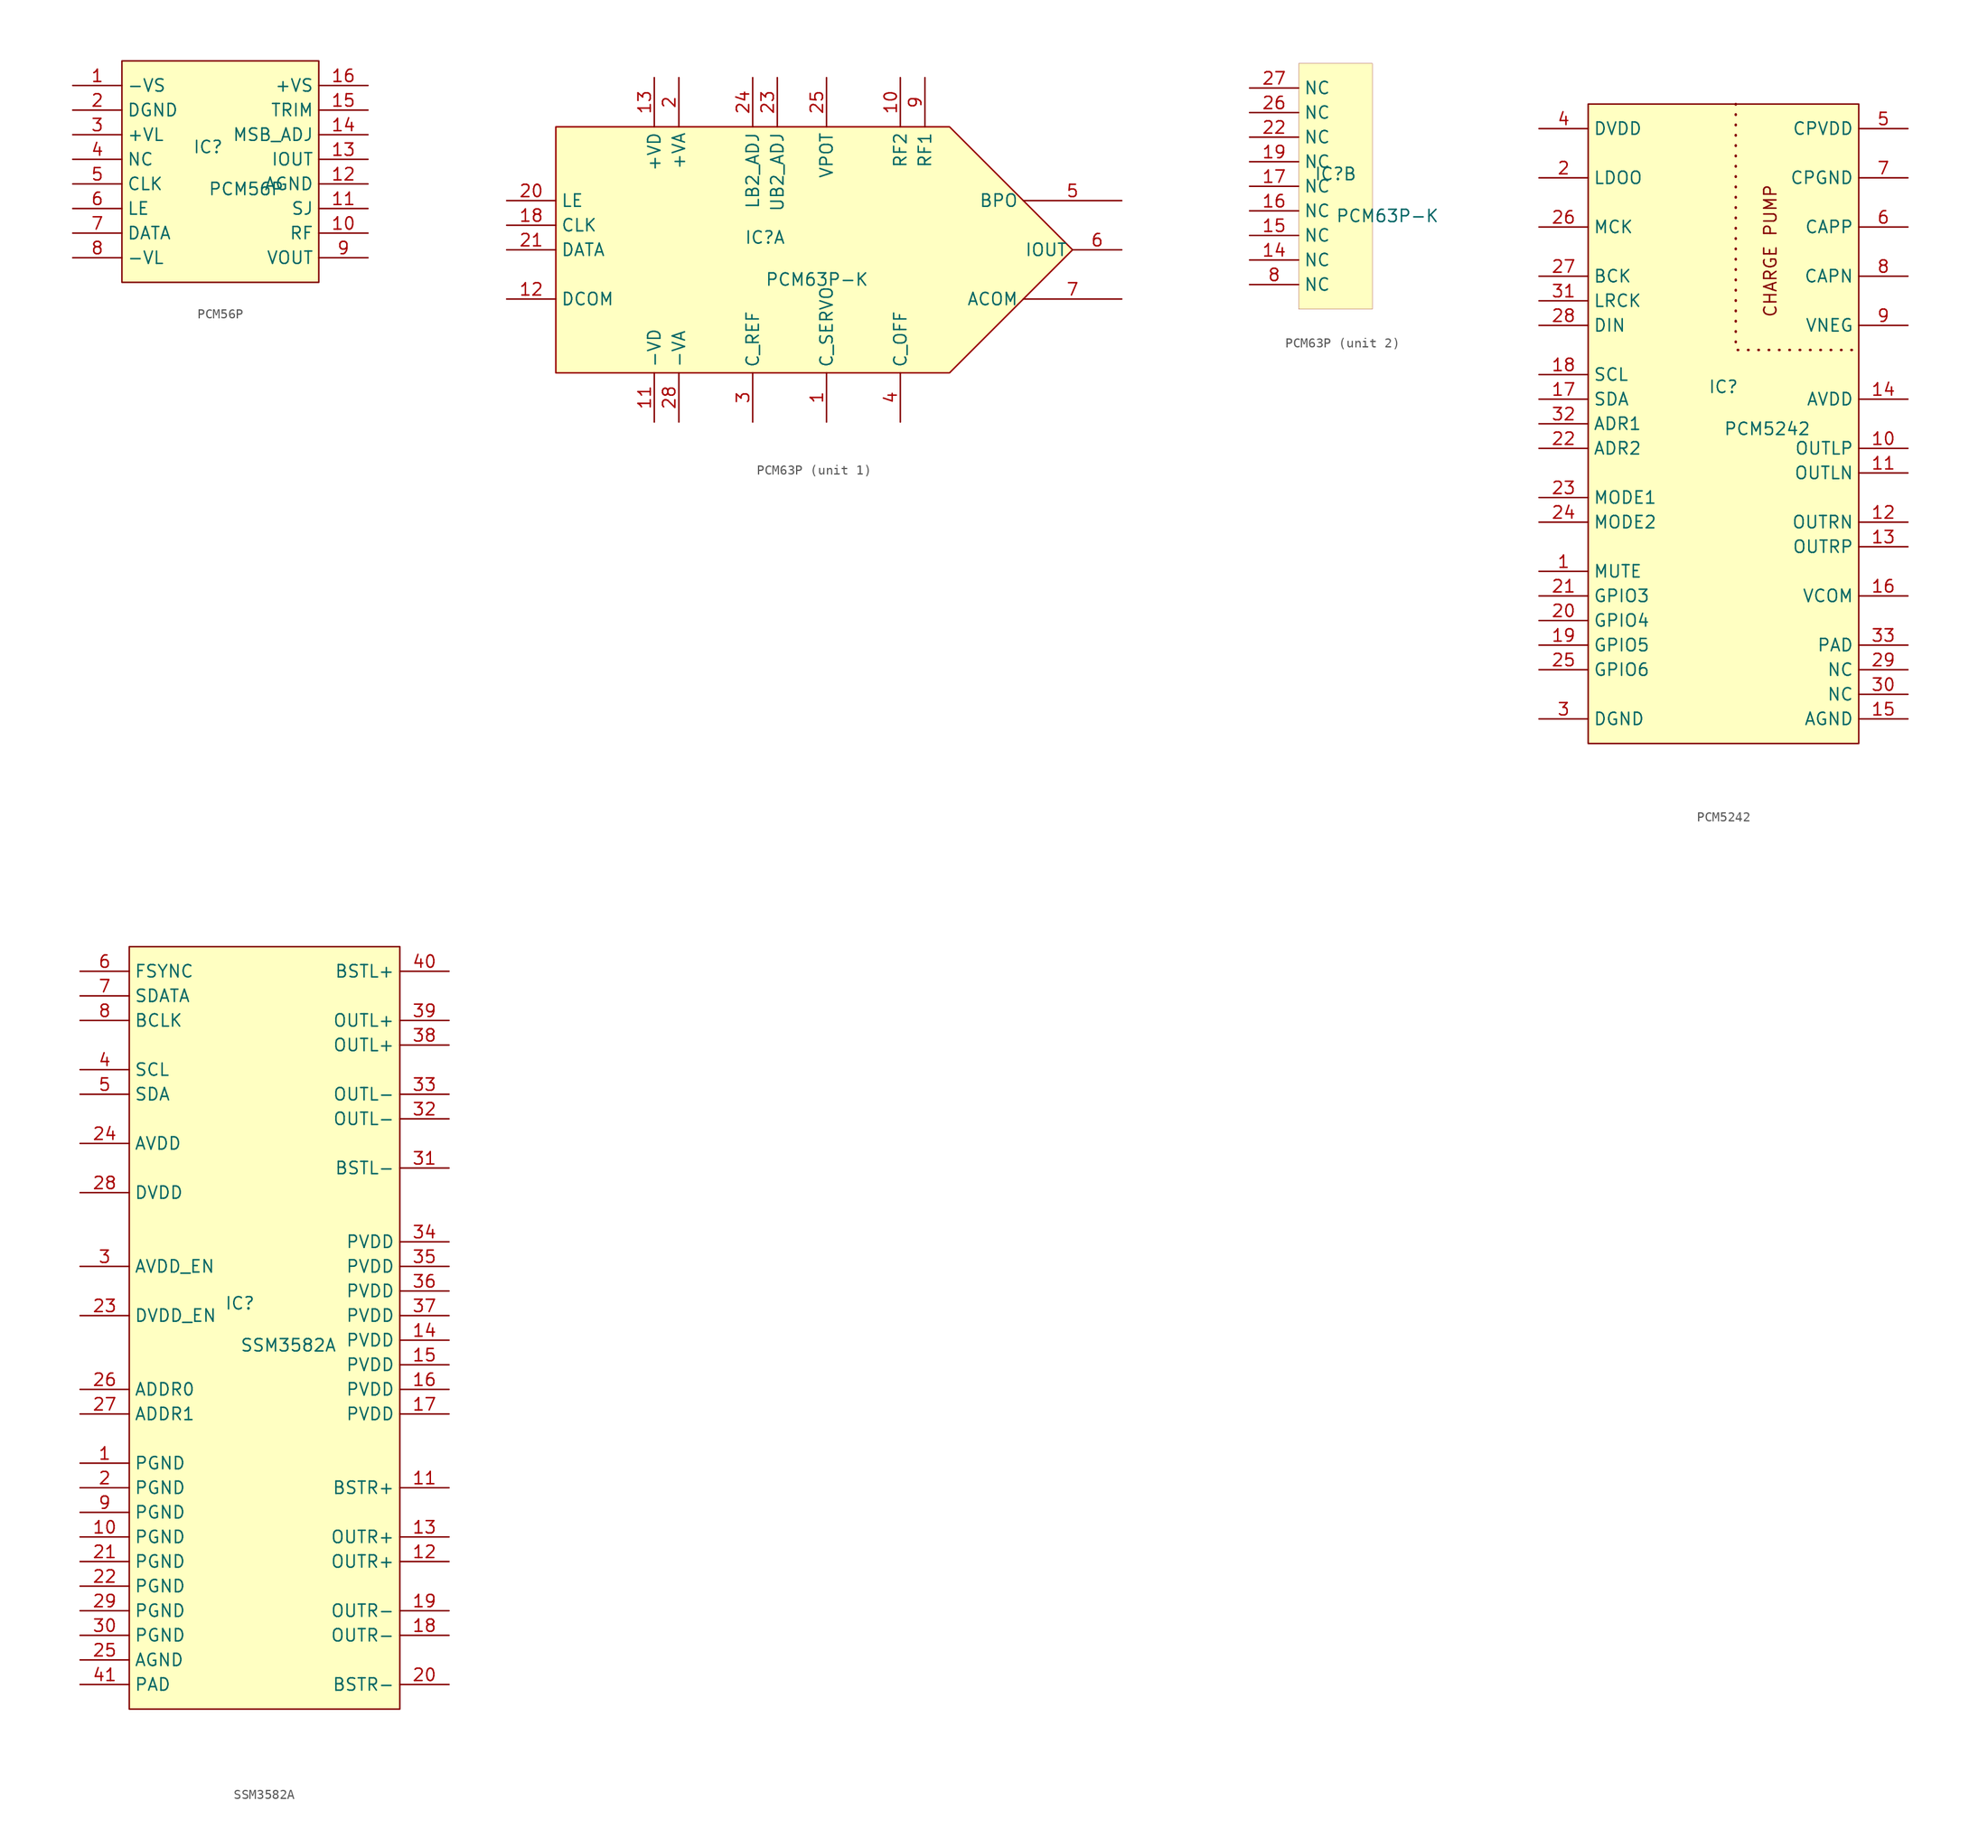
<source format=kicad_sym>
(kicad_symbol_lib
  (version 20231120)
  (generator "kicad_symbol_editor")
  (generator_version "8.0")
  (symbol "PCM56P"
    (property "Reference" "IC"
      (at -1.27 1.27 0)
      (effects (font (size 1.27 1.27))))
    (property "Value" "PCM56P"
      (at -1.27 -3.81 0)
      (effects (font (size 1.27 1.27)) (justify left bottom)))
    (symbol "PCM56P_1_0"
      (rectangle (start -10.16 10.16) (end 10.16 -12.7) (stroke (width 0) (type solid) (color 128 0 0 1)) (fill (type background)))
      (pin passive line (at -15.24 7.62 0) (length 5.08) (name "-VS" (effects (font (size 1.27 1.27)))) (number "1" (effects (font (size 1.27 1.27)))))
      (pin passive line (at 15.24 -7.62 180) (length 5.08) (name "RF" (effects (font (size 1.27 1.27)))) (number "10" (effects (font (size 1.27 1.27)))))
      (pin passive line (at 15.24 -5.08 180) (length 5.08) (name "SJ" (effects (font (size 1.27 1.27)))) (number "11" (effects (font (size 1.27 1.27)))))
      (pin passive line (at 15.24 -2.54 180) (length 5.08) (name "AGND" (effects (font (size 1.27 1.27)))) (number "12" (effects (font (size 1.27 1.27)))))
      (pin passive line (at 15.24 0 180) (length 5.08) (name "IOUT" (effects (font (size 1.27 1.27)))) (number "13" (effects (font (size 1.27 1.27)))))
      (pin passive line (at 15.24 2.54 180) (length 5.08) (name "MSB_ADJ" (effects (font (size 1.27 1.27)))) (number "14" (effects (font (size 1.27 1.27)))))
      (pin passive line (at 15.24 5.08 180) (length 5.08) (name "TRIM" (effects (font (size 1.27 1.27)))) (number "15" (effects (font (size 1.27 1.27)))))
      (pin passive line (at 15.24 7.62 180) (length 5.08) (name "+VS" (effects (font (size 1.27 1.27)))) (number "16" (effects (font (size 1.27 1.27)))))
      (pin passive line (at -15.24 5.08 0) (length 5.08) (name "DGND" (effects (font (size 1.27 1.27)))) (number "2" (effects (font (size 1.27 1.27)))))
      (pin passive line (at -15.24 2.54 0) (length 5.08) (name "+VL" (effects (font (size 1.27 1.27)))) (number "3" (effects (font (size 1.27 1.27)))))
      (pin passive line (at -15.24 0 0) (length 5.08) (name "NC" (effects (font (size 1.27 1.27)))) (number "4" (effects (font (size 1.27 1.27)))))
      (pin input line (at -15.24 -2.54 0) (length 5.08) (name "CLK" (effects (font (size 1.27 1.27)))) (number "5" (effects (font (size 1.27 1.27)))))
      (pin input line (at -15.24 -5.08 0) (length 5.08) (name "LE" (effects (font (size 1.27 1.27)))) (number "6" (effects (font (size 1.27 1.27)))))
      (pin input line (at -15.24 -7.62 0) (length 5.08) (name "DATA" (effects (font (size 1.27 1.27)))) (number "7" (effects (font (size 1.27 1.27)))))
      (pin passive line (at -15.24 -10.16 0) (length 5.08) (name "-VL" (effects (font (size 1.27 1.27)))) (number "8" (effects (font (size 1.27 1.27)))))
      (pin passive line (at 15.24 -10.16 180) (length 5.08) (name "VOUT" (effects (font (size 1.27 1.27)))) (number "9" (effects (font (size 1.27 1.27)))))))
  (symbol "PCM63P"
    (property "Reference" "IC"
      (at -1.27 1.27 0)
      (effects (font (size 1.27 1.27))))
    (property "Value" "PCM63P-K"
      (at -1.27 -3.81 0)
      (effects (font (size 1.27 1.27)) (justify left bottom)))
    (symbol "PCM63P_1_0"
      (polyline (pts (xy 30.48 0) (xy 17.78 12.7) (xy -22.86 12.7) (xy -22.86 -12.7) (xy 17.78 -12.7) (xy 30.48 0)) (stroke (width 0) (type solid) (color 152 0 0 1)) (fill (type background)))
      (pin passive line (at 5.08 -17.78 90) (length 5.08) (name "C_SERVO" (effects (font (size 1.27 1.27)))) (number "1" (effects (font (size 1.27 1.27)))))
      (pin passive line (at 12.7 17.78 270) (length 5.08) (name "RF2" (effects (font (size 1.27 1.27)))) (number "10" (effects (font (size 1.27 1.27)))))
      (pin passive line (at -12.7 -17.78 90) (length 5.08) (name "-VD" (effects (font (size 1.27 1.27)))) (number "11" (effects (font (size 1.27 1.27)))))
      (pin passive line (at -27.94 -5.08 0) (length 5.08) (name "DCOM" (effects (font (size 1.27 1.27)))) (number "12" (effects (font (size 1.27 1.27)))))
      (pin passive line (at -12.7 17.78 270) (length 5.08) (name "+VD" (effects (font (size 1.27 1.27)))) (number "13" (effects (font (size 1.27 1.27)))))
      (pin input line (at -27.94 2.54 0) (length 5.08) (name "CLK" (effects (font (size 1.27 1.27)))) (number "18" (effects (font (size 1.27 1.27)))))
      (pin passive line (at -10.16 17.78 270) (length 5.08) (name "+VA" (effects (font (size 1.27 1.27)))) (number "2" (effects (font (size 1.27 1.27)))))
      (pin input line (at -27.94 5.08 0) (length 5.08) (name "LE" (effects (font (size 1.27 1.27)))) (number "20" (effects (font (size 1.27 1.27)))))
      (pin input line (at -27.94 0 0) (length 5.08) (name "DATA" (effects (font (size 1.27 1.27)))) (number "21" (effects (font (size 1.27 1.27)))))
      (pin passive line (at 0 17.78 270) (length 5.08) (name "UB2_ADJ" (effects (font (size 1.27 1.27)))) (number "23" (effects (font (size 1.27 1.27)))))
      (pin passive line (at -2.54 17.78 270) (length 5.08) (name "LB2_ADJ" (effects (font (size 1.27 1.27)))) (number "24" (effects (font (size 1.27 1.27)))))
      (pin passive line (at 5.08 17.78 270) (length 5.08) (name "VPOT" (effects (font (size 1.27 1.27)))) (number "25" (effects (font (size 1.27 1.27)))))
      (pin passive line (at -10.16 -17.78 90) (length 5.08) (name "-VA" (effects (font (size 1.27 1.27)))) (number "28" (effects (font (size 1.27 1.27)))))
      (pin passive line (at -2.54 -17.78 90) (length 5.08) (name "C_REF" (effects (font (size 1.27 1.27)))) (number "3" (effects (font (size 1.27 1.27)))))
      (pin passive line (at 12.7 -17.78 90) (length 5.08) (name "C_OFF" (effects (font (size 1.27 1.27)))) (number "4" (effects (font (size 1.27 1.27)))))
      (pin passive line (at 35.56 5.08 180) (length 10.16) (name "BPO" (effects (font (size 1.27 1.27)))) (number "5" (effects (font (size 1.27 1.27)))))
      (pin passive line (at 35.56 0 180) (length 5.08) (name "IOUT" (effects (font (size 1.27 1.27)))) (number "6" (effects (font (size 1.27 1.27)))))
      (pin passive line (at 35.56 -5.08 180) (length 10.16) (name "ACOM" (effects (font (size 1.27 1.27)))) (number "7" (effects (font (size 1.27 1.27)))))
      (pin passive line (at 15.24 17.78 270) (length 5.08) (name "RF1" (effects (font (size 1.27 1.27)))) (number "9" (effects (font (size 1.27 1.27))))))
    (symbol "PCM63P_2_0"
      (rectangle (start 2.54 12.7) (end -5.08 -12.7) (stroke (width 0.025) (type solid) (color 128 0 0 1)) (fill (type background)))
      (pin passive line (at -10.16 -7.62 0) (length 5.08) (name "NC" (effects (font (size 1.27 1.27)))) (number "14" (effects (font (size 1.27 1.27)))))
      (pin passive line (at -10.16 -5.08 0) (length 5.08) (name "NC" (effects (font (size 1.27 1.27)))) (number "15" (effects (font (size 1.27 1.27)))))
      (pin passive line (at -10.16 -2.54 0) (length 5.08) (name "NC" (effects (font (size 1.27 1.27)))) (number "16" (effects (font (size 1.27 1.27)))))
      (pin passive line (at -10.16 0 0) (length 5.08) (name "NC" (effects (font (size 1.27 1.27)))) (number "17" (effects (font (size 1.27 1.27)))))
      (pin passive line (at -10.16 2.54 0) (length 5.08) (name "NC" (effects (font (size 1.27 1.27)))) (number "19" (effects (font (size 1.27 1.27)))))
      (pin passive line (at -10.16 5.08 0) (length 5.08) (name "NC" (effects (font (size 1.27 1.27)))) (number "22" (effects (font (size 1.27 1.27)))))
      (pin passive line (at -10.16 7.62 0) (length 5.08) (name "NC" (effects (font (size 1.27 1.27)))) (number "26" (effects (font (size 1.27 1.27)))))
      (pin passive line (at -10.16 10.16 0) (length 5.08) (name "NC" (effects (font (size 1.27 1.27)))) (number "27" (effects (font (size 1.27 1.27)))))
      (pin passive line (at -10.16 -10.16 0) (length 5.08) (name "NC" (effects (font (size 1.27 1.27)))) (number "8" (effects (font (size 1.27 1.27)))))))
  (symbol "PCM5242"
    (property "Reference" "IC"
      (at -1.27 1.27 0)
      (effects (font (size 1.27 1.27))))
    (property "Value" "PCM5242"
      (at -1.27 -3.81 0)
      (effects (font (size 1.27 1.27)) (justify left bottom)))
    (symbol "PCM5242_1_0"
      (rectangle (start -15.24 30.48) (end 12.7 -35.56) (stroke (width 0) (type solid) (color 128 0 0 1)) (fill (type background)))
      (polyline (pts (xy 0 30.48) (xy 0 5.08) (xy 12.7 5.08)) (stroke (width 0.254) (type dot)) (fill (type none)))
      (text "CHARGE PUMP" (at 4.318 8.382 900) (effects (font (size 1.27 1.27)) (justify left bottom)))
      (pin input line (at -20.32 -17.78 0) (length 5.08) (name "MUTE" (effects (font (size 1.27 1.27)))) (number "1" (effects (font (size 1.27 1.27)))))
      (pin passive line (at 17.78 -5.08 180) (length 5.08) (name "OUTLP" (effects (font (size 1.27 1.27)))) (number "10" (effects (font (size 1.27 1.27)))))
      (pin passive line (at 17.78 -7.62 180) (length 5.08) (name "OUTLN" (effects (font (size 1.27 1.27)))) (number "11" (effects (font (size 1.27 1.27)))))
      (pin passive line (at 17.78 -12.7 180) (length 5.08) (name "OUTRN" (effects (font (size 1.27 1.27)))) (number "12" (effects (font (size 1.27 1.27)))))
      (pin passive line (at 17.78 -15.24 180) (length 5.08) (name "OUTRP" (effects (font (size 1.27 1.27)))) (number "13" (effects (font (size 1.27 1.27)))))
      (pin passive line (at 17.78 0 180) (length 5.08) (name "AVDD" (effects (font (size 1.27 1.27)))) (number "14" (effects (font (size 1.27 1.27)))))
      (pin passive line (at 17.78 -33.02 180) (length 5.08) (name "AGND" (effects (font (size 1.27 1.27)))) (number "15" (effects (font (size 1.27 1.27)))))
      (pin output line (at 17.78 -20.32 180) (length 5.08) (name "VCOM" (effects (font (size 1.27 1.27)))) (number "16" (effects (font (size 1.27 1.27)))))
      (pin bidirectional line (at -20.32 0 0) (length 5.08) (name "SDA" (effects (font (size 1.27 1.27)))) (number "17" (effects (font (size 1.27 1.27)))))
      (pin input line (at -20.32 2.54 0) (length 5.08) (name "SCL" (effects (font (size 1.27 1.27)))) (number "18" (effects (font (size 1.27 1.27)))))
      (pin bidirectional line (at -20.32 -25.4 0) (length 5.08) (name "GPIO5" (effects (font (size 1.27 1.27)))) (number "19" (effects (font (size 1.27 1.27)))))
      (pin passive line (at -20.32 22.86 0) (length 5.08) (name "LDOO" (effects (font (size 1.27 1.27)))) (number "2" (effects (font (size 1.27 1.27)))))
      (pin bidirectional line (at -20.32 -22.86 0) (length 5.08) (name "GPIO4" (effects (font (size 1.27 1.27)))) (number "20" (effects (font (size 1.27 1.27)))))
      (pin bidirectional line (at -20.32 -20.32 0) (length 5.08) (name "GPIO3" (effects (font (size 1.27 1.27)))) (number "21" (effects (font (size 1.27 1.27)))))
      (pin input line (at -20.32 -5.08 0) (length 5.08) (name "ADR2" (effects (font (size 1.27 1.27)))) (number "22" (effects (font (size 1.27 1.27)))))
      (pin input line (at -20.32 -10.16 0) (length 5.08) (name "MODE1" (effects (font (size 1.27 1.27)))) (number "23" (effects (font (size 1.27 1.27)))))
      (pin input line (at -20.32 -12.7 0) (length 5.08) (name "MODE2" (effects (font (size 1.27 1.27)))) (number "24" (effects (font (size 1.27 1.27)))))
      (pin bidirectional line (at -20.32 -27.94 0) (length 5.08) (name "GPIO6" (effects (font (size 1.27 1.27)))) (number "25" (effects (font (size 1.27 1.27)))))
      (pin input line (at -20.32 17.78 0) (length 5.08) (name "MCK" (effects (font (size 1.27 1.27)))) (number "26" (effects (font (size 1.27 1.27)))))
      (pin bidirectional line (at -20.32 12.7 0) (length 5.08) (name "BCK" (effects (font (size 1.27 1.27)))) (number "27" (effects (font (size 1.27 1.27)))))
      (pin input line (at -20.32 7.62 0) (length 5.08) (name "DIN" (effects (font (size 1.27 1.27)))) (number "28" (effects (font (size 1.27 1.27)))))
      (pin passive line (at 17.78 -27.94 180) (length 5.08) (name "NC" (effects (font (size 1.27 1.27)))) (number "29" (effects (font (size 1.27 1.27)))))
      (pin passive line (at -20.32 -33.02 0) (length 5.08) (name "DGND" (effects (font (size 1.27 1.27)))) (number "3" (effects (font (size 1.27 1.27)))))
      (pin passive line (at 17.78 -30.48 180) (length 5.08) (name "NC" (effects (font (size 1.27 1.27)))) (number "30" (effects (font (size 1.27 1.27)))))
      (pin bidirectional line (at -20.32 10.16 0) (length 5.08) (name "LRCK" (effects (font (size 1.27 1.27)))) (number "31" (effects (font (size 1.27 1.27)))))
      (pin input line (at -20.32 -2.54 0) (length 5.08) (name "ADR1" (effects (font (size 1.27 1.27)))) (number "32" (effects (font (size 1.27 1.27)))))
      (pin passive line (at 17.78 -25.4 180) (length 5.08) (name "PAD" (effects (font (size 1.27 1.27)))) (number "33" (effects (font (size 1.27 1.27)))))
      (pin passive line (at -20.32 27.94 0) (length 5.08) (name "DVDD" (effects (font (size 1.27 1.27)))) (number "4" (effects (font (size 1.27 1.27)))))
      (pin passive line (at 17.78 27.94 180) (length 5.08) (name "CPVDD" (effects (font (size 1.27 1.27)))) (number "5" (effects (font (size 1.27 1.27)))))
      (pin passive line (at 17.78 17.78 180) (length 5.08) (name "CAPP" (effects (font (size 1.27 1.27)))) (number "6" (effects (font (size 1.27 1.27)))))
      (pin passive line (at 17.78 22.86 180) (length 5.08) (name "CPGND" (effects (font (size 1.27 1.27)))) (number "7" (effects (font (size 1.27 1.27)))))
      (pin passive line (at 17.78 12.7 180) (length 5.08) (name "CAPN" (effects (font (size 1.27 1.27)))) (number "8" (effects (font (size 1.27 1.27)))))
      (pin passive line (at 17.78 7.62 180) (length 5.08) (name "VNEG" (effects (font (size 1.27 1.27)))) (number "9" (effects (font (size 1.27 1.27)))))))
  (symbol "SSM3582A"
    (property "Reference" "IC"
      (at -1.27 1.27 0)
      (effects (font (size 1.27 1.27))))
    (property "Value" "SSM3582A"
      (at -1.27 -3.81 0)
      (effects (font (size 1.27 1.27)) (justify left bottom)))
    (symbol "SSM3582A_1_0"
      (rectangle (start -12.7 38.1) (end 15.24 -40.64) (stroke (width 0) (type solid) (color 128 0 0 1)) (fill (type background)))
      (pin passive line (at -17.78 -15.24 0) (length 5.08) (name "PGND" (effects (font (size 1.27 1.27)))) (number "1" (effects (font (size 1.27 1.27)))))
      (pin passive line (at -17.78 -22.86 0) (length 5.08) (name "PGND" (effects (font (size 1.27 1.27)))) (number "10" (effects (font (size 1.27 1.27)))))
      (pin passive line (at 20.32 -17.78 180) (length 5.08) (name "BSTR+" (effects (font (size 1.27 1.27)))) (number "11" (effects (font (size 1.27 1.27)))))
      (pin passive line (at 20.32 -25.4 180) (length 5.08) (name "OUTR+" (effects (font (size 1.27 1.27)))) (number "12" (effects (font (size 1.27 1.27)))))
      (pin passive line (at 20.32 -22.86 180) (length 5.08) (name "OUTR+" (effects (font (size 1.27 1.27)))) (number "13" (effects (font (size 1.27 1.27)))))
      (pin passive line (at 20.32 -2.54 180) (length 5.08) (name "PVDD" (effects (font (size 1.27 1.27)))) (number "14" (effects (font (size 1.27 1.27)))))
      (pin passive line (at 20.32 -5.08 180) (length 5.08) (name "PVDD" (effects (font (size 1.27 1.27)))) (number "15" (effects (font (size 1.27 1.27)))))
      (pin passive line (at 20.32 -7.62 180) (length 5.08) (name "PVDD" (effects (font (size 1.27 1.27)))) (number "16" (effects (font (size 1.27 1.27)))))
      (pin passive line (at 20.32 -10.16 180) (length 5.08) (name "PVDD" (effects (font (size 1.27 1.27)))) (number "17" (effects (font (size 1.27 1.27)))))
      (pin passive line (at 20.32 -33.02 180) (length 5.08) (name "OUTR-" (effects (font (size 1.27 1.27)))) (number "18" (effects (font (size 1.27 1.27)))))
      (pin passive line (at 20.32 -30.48 180) (length 5.08) (name "OUTR-" (effects (font (size 1.27 1.27)))) (number "19" (effects (font (size 1.27 1.27)))))
      (pin passive line (at -17.78 -17.78 0) (length 5.08) (name "PGND" (effects (font (size 1.27 1.27)))) (number "2" (effects (font (size 1.27 1.27)))))
      (pin passive line (at 20.32 -38.1 180) (length 5.08) (name "BSTR-" (effects (font (size 1.27 1.27)))) (number "20" (effects (font (size 1.27 1.27)))))
      (pin passive line (at -17.78 -25.4 0) (length 5.08) (name "PGND" (effects (font (size 1.27 1.27)))) (number "21" (effects (font (size 1.27 1.27)))))
      (pin passive line (at -17.78 -27.94 0) (length 5.08) (name "PGND" (effects (font (size 1.27 1.27)))) (number "22" (effects (font (size 1.27 1.27)))))
      (pin passive line (at -17.78 0 0) (length 5.08) (name "DVDD_EN" (effects (font (size 1.27 1.27)))) (number "23" (effects (font (size 1.27 1.27)))))
      (pin passive line (at -17.78 17.78 0) (length 5.08) (name "AVDD" (effects (font (size 1.27 1.27)))) (number "24" (effects (font (size 1.27 1.27)))))
      (pin passive line (at -17.78 -35.56 0) (length 5.08) (name "AGND" (effects (font (size 1.27 1.27)))) (number "25" (effects (font (size 1.27 1.27)))))
      (pin passive line (at -17.78 -7.62 0) (length 5.08) (name "ADDR0" (effects (font (size 1.27 1.27)))) (number "26" (effects (font (size 1.27 1.27)))))
      (pin passive line (at -17.78 -10.16 0) (length 5.08) (name "ADDR1" (effects (font (size 1.27 1.27)))) (number "27" (effects (font (size 1.27 1.27)))))
      (pin passive line (at -17.78 12.7 0) (length 5.08) (name "DVDD" (effects (font (size 1.27 1.27)))) (number "28" (effects (font (size 1.27 1.27)))))
      (pin passive line (at -17.78 -30.48 0) (length 5.08) (name "PGND" (effects (font (size 1.27 1.27)))) (number "29" (effects (font (size 1.27 1.27)))))
      (pin passive line (at -17.78 5.08 0) (length 5.08) (name "AVDD_EN" (effects (font (size 1.27 1.27)))) (number "3" (effects (font (size 1.27 1.27)))))
      (pin passive line (at -17.78 -33.02 0) (length 5.08) (name "PGND" (effects (font (size 1.27 1.27)))) (number "30" (effects (font (size 1.27 1.27)))))
      (pin passive line (at 20.32 15.24 180) (length 5.08) (name "BSTL-" (effects (font (size 1.27 1.27)))) (number "31" (effects (font (size 1.27 1.27)))))
      (pin passive line (at 20.32 20.32 180) (length 5.08) (name "OUTL-" (effects (font (size 1.27 1.27)))) (number "32" (effects (font (size 1.27 1.27)))))
      (pin passive line (at 20.32 22.86 180) (length 5.08) (name "OUTL-" (effects (font (size 1.27 1.27)))) (number "33" (effects (font (size 1.27 1.27)))))
      (pin passive line (at 20.32 7.62 180) (length 5.08) (name "PVDD" (effects (font (size 1.27 1.27)))) (number "34" (effects (font (size 1.27 1.27)))))
      (pin passive line (at 20.32 5.08 180) (length 5.08) (name "PVDD" (effects (font (size 1.27 1.27)))) (number "35" (effects (font (size 1.27 1.27)))))
      (pin passive line (at 20.32 2.54 180) (length 5.08) (name "PVDD" (effects (font (size 1.27 1.27)))) (number "36" (effects (font (size 1.27 1.27)))))
      (pin passive line (at 20.32 0 180) (length 5.08) (name "PVDD" (effects (font (size 1.27 1.27)))) (number "37" (effects (font (size 1.27 1.27)))))
      (pin passive line (at 20.32 27.94 180) (length 5.08) (name "OUTL+" (effects (font (size 1.27 1.27)))) (number "38" (effects (font (size 1.27 1.27)))))
      (pin passive line (at 20.32 30.48 180) (length 5.08) (name "OUTL+" (effects (font (size 1.27 1.27)))) (number "39" (effects (font (size 1.27 1.27)))))
      (pin input line (at -17.78 25.4 0) (length 5.08) (name "SCL" (effects (font (size 1.27 1.27)))) (number "4" (effects (font (size 1.27 1.27)))))
      (pin passive line (at 20.32 35.56 180) (length 5.08) (name "BSTL+" (effects (font (size 1.27 1.27)))) (number "40" (effects (font (size 1.27 1.27)))))
      (pin passive line (at -17.78 -38.1 0) (length 5.08) (name "PAD" (effects (font (size 1.27 1.27)))) (number "41" (effects (font (size 1.27 1.27)))))
      (pin bidirectional line (at -17.78 22.86 0) (length 5.08) (name "SDA" (effects (font (size 1.27 1.27)))) (number "5" (effects (font (size 1.27 1.27)))))
      (pin input line (at -17.78 35.56 0) (length 5.08) (name "FSYNC" (effects (font (size 1.27 1.27)))) (number "6" (effects (font (size 1.27 1.27)))))
      (pin input line (at -17.78 33.02 0) (length 5.08) (name "SDATA" (effects (font (size 1.27 1.27)))) (number "7" (effects (font (size 1.27 1.27)))))
      (pin input line (at -17.78 30.48 0) (length 5.08) (name "BCLK" (effects (font (size 1.27 1.27)))) (number "8" (effects (font (size 1.27 1.27)))))
      (pin passive line (at -17.78 -20.32 0) (length 5.08) (name "PGND" (effects (font (size 1.27 1.27)))) (number "9" (effects (font (size 1.27 1.27))))))))
</source>
